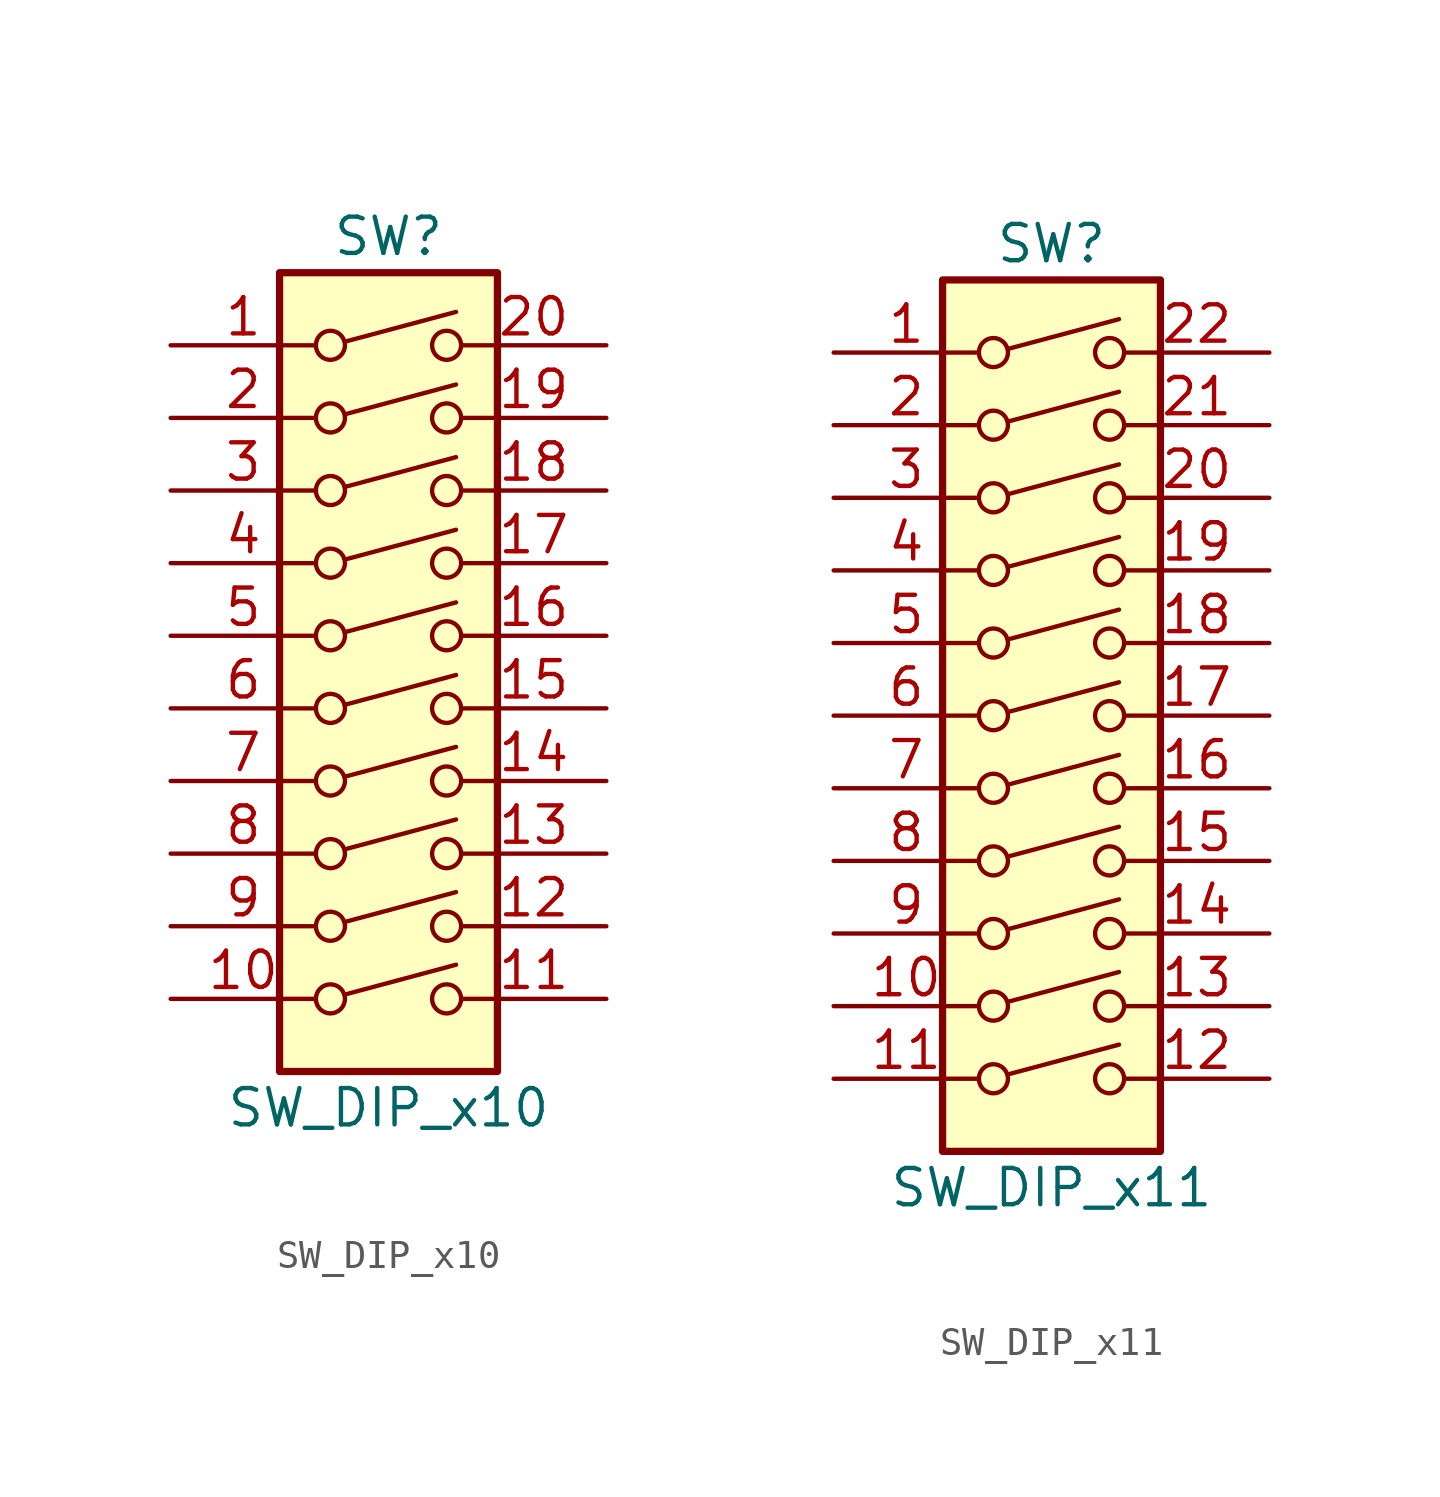
<source format=kicad_sym>
(kicad_symbol_lib
  (version 20201005)
  (generator kicad_symbol_editor)
  (symbol "Switch:SW_DIP_x10"
    (pin_names
      (offset 0) hide)
    (property "Reference" "SW"
      (at 0 16.51 0)
      (effects (font (size 1.27 1.27))))
    (property "Value" "SW_DIP_x10"
      (at 0 -13.97 0)
      (effects (font (size 1.27 1.27))))
    (symbol "SW_DIP_x10_0_0"
      (circle (center -2.032 -10.16) (radius 0.508) (stroke (width 0)) (fill (type none)))
      (circle (center -2.032 -7.62) (radius 0.508) (stroke (width 0)) (fill (type none)))
      (circle (center -2.032 -5.08) (radius 0.508) (stroke (width 0)) (fill (type none)))
      (circle (center -2.032 -2.54) (radius 0.508) (stroke (width 0)) (fill (type none)))
      (circle (center -2.032 0) (radius 0.508) (stroke (width 0)) (fill (type none)))
      (circle (center -2.032 2.54) (radius 0.508) (stroke (width 0)) (fill (type none)))
      (circle (center -2.032 5.08) (radius 0.508) (stroke (width 0)) (fill (type none)))
      (circle (center -2.032 7.62) (radius 0.508) (stroke (width 0)) (fill (type none)))
      (circle (center -2.032 10.16) (radius 0.508) (stroke (width 0)) (fill (type none)))
      (circle (center -2.032 12.7) (radius 0.508) (stroke (width 0)) (fill (type none)))
      (circle (center 2.032 -10.16) (radius 0.508) (stroke (width 0)) (fill (type none)))
      (circle (center 2.032 -7.62) (radius 0.508) (stroke (width 0)) (fill (type none)))
      (circle (center 2.032 -5.08) (radius 0.508) (stroke (width 0)) (fill (type none)))
      (circle (center 2.032 -2.54) (radius 0.508) (stroke (width 0)) (fill (type none)))
      (circle (center 2.032 0) (radius 0.508) (stroke (width 0)) (fill (type none)))
      (circle (center 2.032 2.54) (radius 0.508) (stroke (width 0)) (fill (type none)))
      (circle (center 2.032 5.08) (radius 0.508) (stroke (width 0)) (fill (type none)))
      (circle (center 2.032 7.62) (radius 0.508) (stroke (width 0)) (fill (type none)))
      (circle (center 2.032 10.16) (radius 0.508) (stroke (width 0)) (fill (type none)))
      (circle (center 2.032 12.7) (radius 0.508) (stroke (width 0)) (fill (type none)))
      (polyline (pts (xy -1.524 -10.008) (xy 2.362 -8.966)) (stroke (width 0)) (fill (type none)))
      (polyline (pts (xy -1.524 -7.468) (xy 2.362 -6.426)) (stroke (width 0)) (fill (type none)))
      (polyline (pts (xy -1.524 -4.928) (xy 2.362 -3.886)) (stroke (width 0)) (fill (type none)))
      (polyline (pts (xy -1.524 -2.388) (xy 2.362 -1.346)) (stroke (width 0)) (fill (type none)))
      (polyline (pts (xy -1.524 0.127) (xy 2.362 1.168)) (stroke (width 0)) (fill (type none)))
      (polyline (pts (xy -1.524 2.667) (xy 2.362 3.708)) (stroke (width 0)) (fill (type none)))
      (polyline (pts (xy -1.524 5.207) (xy 2.362 6.248)) (stroke (width 0)) (fill (type none)))
      (polyline (pts (xy -1.524 7.747) (xy 2.362 8.788)) (stroke (width 0)) (fill (type none)))
      (polyline (pts (xy -1.524 10.287) (xy 2.362 11.328)) (stroke (width 0)) (fill (type none)))
      (polyline (pts (xy -1.524 12.827) (xy 2.362 13.868)) (stroke (width 0)) (fill (type none))))
    (symbol "SW_DIP_x10_0_1"
      (rectangle (start -3.81 15.24) (end 3.81 -12.7) (stroke (width 0.254)) (fill (type background))))
    (symbol "SW_DIP_x10_1_1"
      (pin passive line (at -7.62 12.7 0) (length 5.08) (name "~" (effects (font (size 1.27 1.27)))) (number "1" (effects (font (size 1.27 1.27)))))
      (pin passive line (at -7.62 -10.16 0) (length 5.08) (name "~" (effects (font (size 1.27 1.27)))) (number "10" (effects (font (size 1.27 1.27)))))
      (pin passive line (at 7.62 -10.16 180) (length 5.08) (name "~" (effects (font (size 1.27 1.27)))) (number "11" (effects (font (size 1.27 1.27)))))
      (pin passive line (at 7.62 -7.62 180) (length 5.08) (name "~" (effects (font (size 1.27 1.27)))) (number "12" (effects (font (size 1.27 1.27)))))
      (pin passive line (at 7.62 -5.08 180) (length 5.08) (name "~" (effects (font (size 1.27 1.27)))) (number "13" (effects (font (size 1.27 1.27)))))
      (pin passive line (at 7.62 -2.54 180) (length 5.08) (name "~" (effects (font (size 1.27 1.27)))) (number "14" (effects (font (size 1.27 1.27)))))
      (pin passive line (at 7.62 0 180) (length 5.08) (name "~" (effects (font (size 1.27 1.27)))) (number "15" (effects (font (size 1.27 1.27)))))
      (pin passive line (at 7.62 2.54 180) (length 5.08) (name "~" (effects (font (size 1.27 1.27)))) (number "16" (effects (font (size 1.27 1.27)))))
      (pin passive line (at 7.62 5.08 180) (length 5.08) (name "~" (effects (font (size 1.27 1.27)))) (number "17" (effects (font (size 1.27 1.27)))))
      (pin passive line (at 7.62 7.62 180) (length 5.08) (name "~" (effects (font (size 1.27 1.27)))) (number "18" (effects (font (size 1.27 1.27)))))
      (pin passive line (at 7.62 10.16 180) (length 5.08) (name "~" (effects (font (size 1.27 1.27)))) (number "19" (effects (font (size 1.27 1.27)))))
      (pin passive line (at -7.62 10.16 0) (length 5.08) (name "~" (effects (font (size 1.27 1.27)))) (number "2" (effects (font (size 1.27 1.27)))))
      (pin passive line (at 7.62 12.7 180) (length 5.08) (name "~" (effects (font (size 1.27 1.27)))) (number "20" (effects (font (size 1.27 1.27)))))
      (pin passive line (at -7.62 7.62 0) (length 5.08) (name "~" (effects (font (size 1.27 1.27)))) (number "3" (effects (font (size 1.27 1.27)))))
      (pin passive line (at -7.62 5.08 0) (length 5.08) (name "~" (effects (font (size 1.27 1.27)))) (number "4" (effects (font (size 1.27 1.27)))))
      (pin passive line (at -7.62 2.54 0) (length 5.08) (name "~" (effects (font (size 1.27 1.27)))) (number "5" (effects (font (size 1.27 1.27)))))
      (pin passive line (at -7.62 0 0) (length 5.08) (name "~" (effects (font (size 1.27 1.27)))) (number "6" (effects (font (size 1.27 1.27)))))
      (pin passive line (at -7.62 -2.54 0) (length 5.08) (name "~" (effects (font (size 1.27 1.27)))) (number "7" (effects (font (size 1.27 1.27)))))
      (pin passive line (at -7.62 -5.08 0) (length 5.08) (name "~" (effects (font (size 1.27 1.27)))) (number "8" (effects (font (size 1.27 1.27)))))
      (pin passive line (at -7.62 -7.62 0) (length 5.08) (name "~" (effects (font (size 1.27 1.27)))) (number "9" (effects (font (size 1.27 1.27)))))))
  (symbol "Switch:SW_DIP_x11"
    (pin_names
      (offset 0) hide)
    (property "Reference" "SW"
      (at 0 19.05 0)
      (effects (font (size 1.27 1.27))))
    (property "Value" "SW_DIP_x11"
      (at 0 -13.97 0)
      (effects (font (size 1.27 1.27))))
    (symbol "SW_DIP_x11_0_0"
      (circle (center -2.032 -10.16) (radius 0.508) (stroke (width 0)) (fill (type none)))
      (circle (center -2.032 -7.62) (radius 0.508) (stroke (width 0)) (fill (type none)))
      (circle (center -2.032 -5.08) (radius 0.508) (stroke (width 0)) (fill (type none)))
      (circle (center -2.032 -2.54) (radius 0.508) (stroke (width 0)) (fill (type none)))
      (circle (center -2.032 0) (radius 0.508) (stroke (width 0)) (fill (type none)))
      (circle (center -2.032 2.54) (radius 0.508) (stroke (width 0)) (fill (type none)))
      (circle (center -2.032 5.08) (radius 0.508) (stroke (width 0)) (fill (type none)))
      (circle (center -2.032 7.62) (radius 0.508) (stroke (width 0)) (fill (type none)))
      (circle (center -2.032 10.16) (radius 0.508) (stroke (width 0)) (fill (type none)))
      (circle (center -2.032 12.7) (radius 0.508) (stroke (width 0)) (fill (type none)))
      (circle (center -2.032 15.24) (radius 0.508) (stroke (width 0)) (fill (type none)))
      (circle (center 2.032 -10.16) (radius 0.508) (stroke (width 0)) (fill (type none)))
      (circle (center 2.032 -7.62) (radius 0.508) (stroke (width 0)) (fill (type none)))
      (circle (center 2.032 -5.08) (radius 0.508) (stroke (width 0)) (fill (type none)))
      (circle (center 2.032 -2.54) (radius 0.508) (stroke (width 0)) (fill (type none)))
      (circle (center 2.032 0) (radius 0.508) (stroke (width 0)) (fill (type none)))
      (circle (center 2.032 2.54) (radius 0.508) (stroke (width 0)) (fill (type none)))
      (circle (center 2.032 5.08) (radius 0.508) (stroke (width 0)) (fill (type none)))
      (circle (center 2.032 7.62) (radius 0.508) (stroke (width 0)) (fill (type none)))
      (circle (center 2.032 10.16) (radius 0.508) (stroke (width 0)) (fill (type none)))
      (circle (center 2.032 12.7) (radius 0.508) (stroke (width 0)) (fill (type none)))
      (circle (center 2.032 15.24) (radius 0.508) (stroke (width 0)) (fill (type none)))
      (polyline (pts (xy -1.524 -10.008) (xy 2.362 -8.966)) (stroke (width 0)) (fill (type none)))
      (polyline (pts (xy -1.524 -7.468) (xy 2.362 -6.426)) (stroke (width 0)) (fill (type none)))
      (polyline (pts (xy -1.524 -4.928) (xy 2.362 -3.886)) (stroke (width 0)) (fill (type none)))
      (polyline (pts (xy -1.524 -2.388) (xy 2.362 -1.346)) (stroke (width 0)) (fill (type none)))
      (polyline (pts (xy -1.524 0.127) (xy 2.362 1.168)) (stroke (width 0)) (fill (type none)))
      (polyline (pts (xy -1.524 2.667) (xy 2.362 3.708)) (stroke (width 0)) (fill (type none)))
      (polyline (pts (xy -1.524 5.207) (xy 2.362 6.248)) (stroke (width 0)) (fill (type none)))
      (polyline (pts (xy -1.524 7.747) (xy 2.362 8.788)) (stroke (width 0)) (fill (type none)))
      (polyline (pts (xy -1.524 10.287) (xy 2.362 11.328)) (stroke (width 0)) (fill (type none)))
      (polyline (pts (xy -1.524 12.827) (xy 2.362 13.868)) (stroke (width 0)) (fill (type none)))
      (polyline (pts (xy -1.524 15.367) (xy 2.362 16.408)) (stroke (width 0)) (fill (type none))))
    (symbol "SW_DIP_x11_0_1"
      (rectangle (start -3.81 17.78) (end 3.81 -12.7) (stroke (width 0.254)) (fill (type background))))
    (symbol "SW_DIP_x11_1_1"
      (pin passive line (at -7.62 15.24 0) (length 5.08) (name "~" (effects (font (size 1.27 1.27)))) (number "1" (effects (font (size 1.27 1.27)))))
      (pin passive line (at -7.62 -7.62 0) (length 5.08) (name "~" (effects (font (size 1.27 1.27)))) (number "10" (effects (font (size 1.27 1.27)))))
      (pin passive line (at -7.62 -10.16 0) (length 5.08) (name "~" (effects (font (size 1.27 1.27)))) (number "11" (effects (font (size 1.27 1.27)))))
      (pin passive line (at 7.62 -10.16 180) (length 5.08) (name "~" (effects (font (size 1.27 1.27)))) (number "12" (effects (font (size 1.27 1.27)))))
      (pin passive line (at 7.62 -7.62 180) (length 5.08) (name "~" (effects (font (size 1.27 1.27)))) (number "13" (effects (font (size 1.27 1.27)))))
      (pin passive line (at 7.62 -5.08 180) (length 5.08) (name "~" (effects (font (size 1.27 1.27)))) (number "14" (effects (font (size 1.27 1.27)))))
      (pin passive line (at 7.62 -2.54 180) (length 5.08) (name "~" (effects (font (size 1.27 1.27)))) (number "15" (effects (font (size 1.27 1.27)))))
      (pin passive line (at 7.62 0 180) (length 5.08) (name "~" (effects (font (size 1.27 1.27)))) (number "16" (effects (font (size 1.27 1.27)))))
      (pin passive line (at 7.62 2.54 180) (length 5.08) (name "~" (effects (font (size 1.27 1.27)))) (number "17" (effects (font (size 1.27 1.27)))))
      (pin passive line (at 7.62 5.08 180) (length 5.08) (name "~" (effects (font (size 1.27 1.27)))) (number "18" (effects (font (size 1.27 1.27)))))
      (pin passive line (at 7.62 7.62 180) (length 5.08) (name "~" (effects (font (size 1.27 1.27)))) (number "19" (effects (font (size 1.27 1.27)))))
      (pin passive line (at -7.62 12.7 0) (length 5.08) (name "~" (effects (font (size 1.27 1.27)))) (number "2" (effects (font (size 1.27 1.27)))))
      (pin passive line (at 7.62 10.16 180) (length 5.08) (name "~" (effects (font (size 1.27 1.27)))) (number "20" (effects (font (size 1.27 1.27)))))
      (pin passive line (at 7.62 12.7 180) (length 5.08) (name "~" (effects (font (size 1.27 1.27)))) (number "21" (effects (font (size 1.27 1.27)))))
      (pin passive line (at 7.62 15.24 180) (length 5.08) (name "~" (effects (font (size 1.27 1.27)))) (number "22" (effects (font (size 1.27 1.27)))))
      (pin passive line (at -7.62 10.16 0) (length 5.08) (name "~" (effects (font (size 1.27 1.27)))) (number "3" (effects (font (size 1.27 1.27)))))
      (pin passive line (at -7.62 7.62 0) (length 5.08) (name "~" (effects (font (size 1.27 1.27)))) (number "4" (effects (font (size 1.27 1.27)))))
      (pin passive line (at -7.62 5.08 0) (length 5.08) (name "~" (effects (font (size 1.27 1.27)))) (number "5" (effects (font (size 1.27 1.27)))))
      (pin passive line (at -7.62 2.54 0) (length 5.08) (name "~" (effects (font (size 1.27 1.27)))) (number "6" (effects (font (size 1.27 1.27)))))
      (pin passive line (at -7.62 0 0) (length 5.08) (name "~" (effects (font (size 1.27 1.27)))) (number "7" (effects (font (size 1.27 1.27)))))
      (pin passive line (at -7.62 -2.54 0) (length 5.08) (name "~" (effects (font (size 1.27 1.27)))) (number "8" (effects (font (size 1.27 1.27)))))
      (pin passive line (at -7.62 -5.08 0) (length 5.08) (name "~" (effects (font (size 1.27 1.27)))) (number "9" (effects (font (size 1.27 1.27))))))))
</source>
